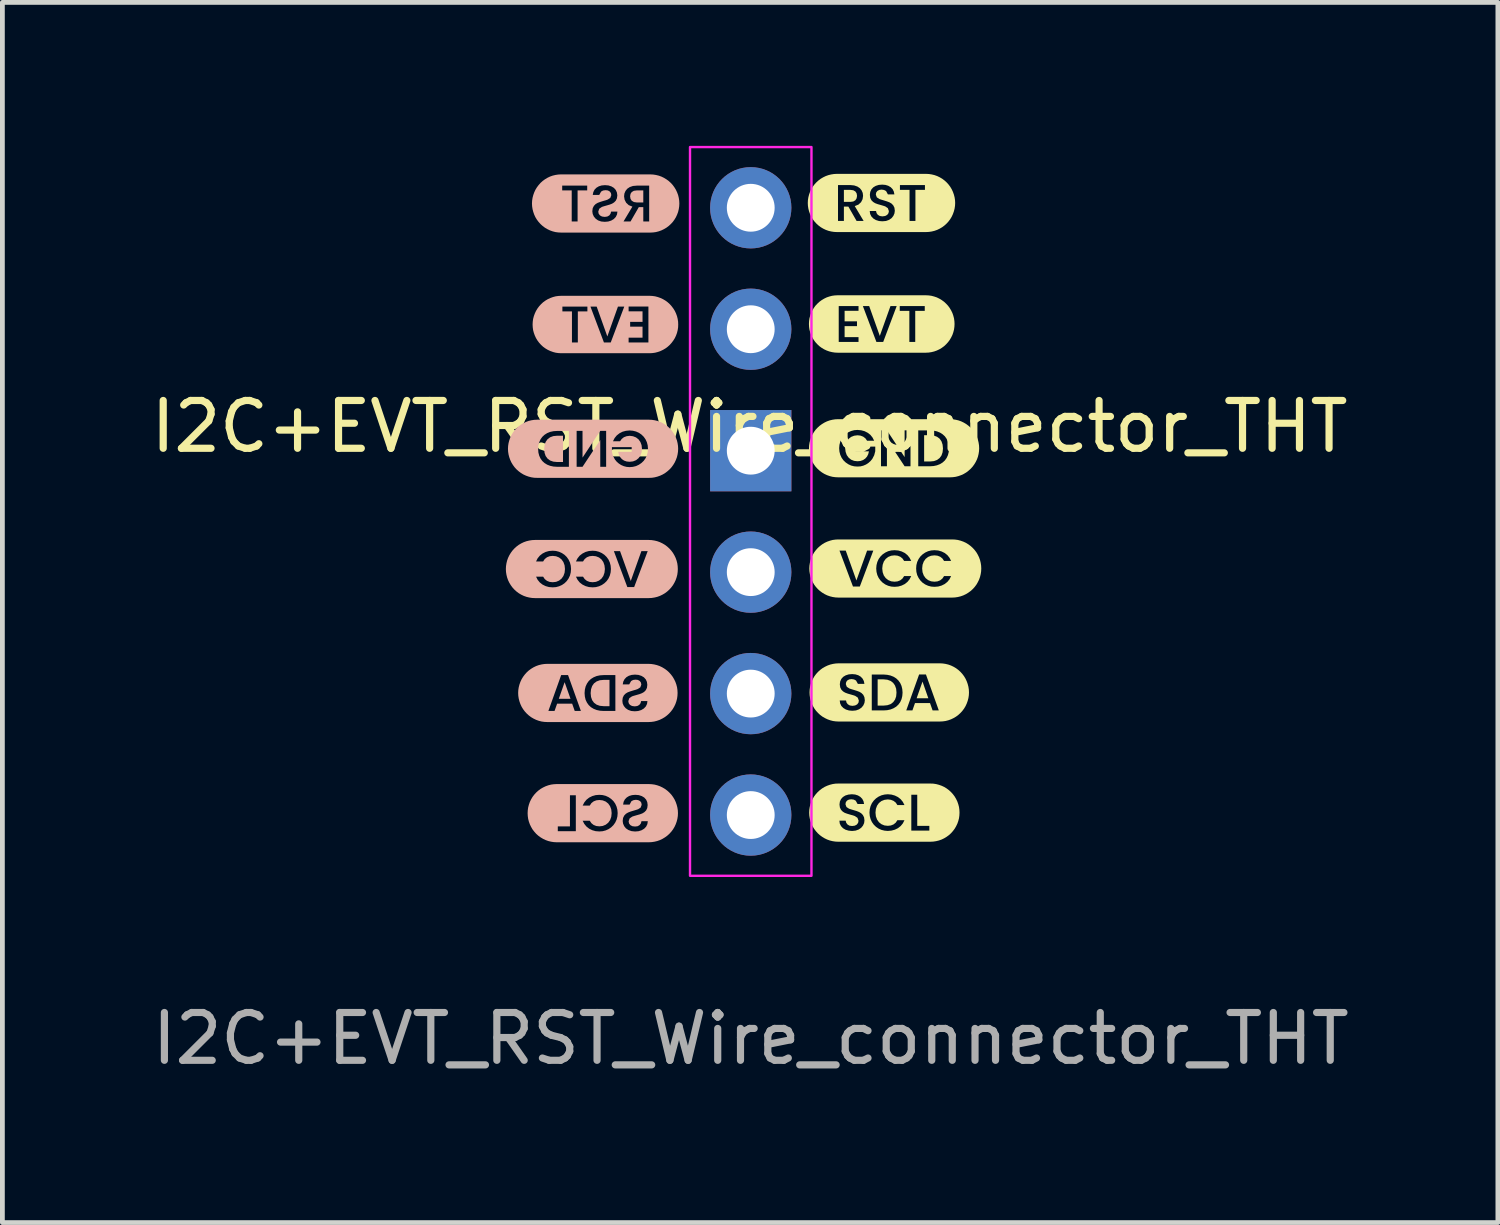
<source format=kicad_pcb>
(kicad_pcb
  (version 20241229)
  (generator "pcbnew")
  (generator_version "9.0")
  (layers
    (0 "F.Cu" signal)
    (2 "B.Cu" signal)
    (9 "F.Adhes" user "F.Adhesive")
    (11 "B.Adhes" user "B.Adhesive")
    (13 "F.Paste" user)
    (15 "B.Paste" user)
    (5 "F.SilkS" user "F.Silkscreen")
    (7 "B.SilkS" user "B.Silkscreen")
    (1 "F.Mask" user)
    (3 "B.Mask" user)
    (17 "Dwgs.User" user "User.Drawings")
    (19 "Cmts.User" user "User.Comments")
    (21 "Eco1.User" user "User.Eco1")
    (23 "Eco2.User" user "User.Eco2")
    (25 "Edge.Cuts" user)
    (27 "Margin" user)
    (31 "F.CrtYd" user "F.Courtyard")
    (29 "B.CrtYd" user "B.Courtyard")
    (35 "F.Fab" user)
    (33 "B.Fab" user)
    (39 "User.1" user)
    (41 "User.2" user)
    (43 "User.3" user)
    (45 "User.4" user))
  (footprint "I2C+EVT_RST_Wire_connector_THT"
    (layer "F.Cu")
    (at 12.625 6.37)
    (property "Reference" "I2C+EVT_RST_Wire_connector_THT" (at 0 -0.5 0) (unlocked yes) (layer "F.SilkS") (effects (font (size 1 1) (thickness 0.15))))
    (attr through_hole exclude_from_pos_files exclude_from_bom)
    (fp_poly (pts (xy 3.739 5.183) (xy 3.617 4.834) (xy 3.494 5.183) (xy 3.739 5.183)) (stroke (width 0) (type solid)) (fill yes) (layer "F.SilkS"))
    (fp_poly (pts (xy 1.973 -5.198) (xy 2.109 -5.198) (xy 2.169 -5.206) (xy 2.213 -5.232) (xy 2.239 -5.273) (xy 2.248 -5.325) (xy 2.239 -5.377) (xy 2.213 -5.416) (xy 2.17 -5.441) (xy 2.109 -5.449) (xy 1.973 -5.449) (xy 1.973 -5.198)) (stroke (width 0) (type solid)) (fill yes) (layer "F.SilkS"))
    (fp_poly (pts (xy 3.073 5.064) (xy 3.066 4.984) (xy 3.042 4.916) (xy 3.003 4.86) (xy 2.95 4.82) (xy 2.882 4.795) (xy 2.801 4.787) (xy 2.679 4.787) (xy 2.679 5.336) (xy 2.801 5.336) (xy 2.882 5.328) (xy 2.95 5.305) (xy 3.003 5.265) (xy 3.042 5.211) (xy 3.066 5.144) (xy 3.073 5.064)) (stroke (width 0) (type solid)) (fill yes) (layer "F.SilkS"))
    (fp_poly (pts (xy 4.045 -0.041) (xy 4.037 -0.122) (xy 4.014 -0.19) (xy 3.975 -0.246) (xy 3.921 -0.286) (xy 3.854 -0.311) (xy 3.773 -0.319) (xy 3.651 -0.319) (xy 3.651 0.231) (xy 3.773 0.231) (xy 3.854 0.223) (xy 3.921 0.199) (xy 3.975 0.159) (xy 4.014 0.105) (xy 4.037 0.038) (xy 4.045 -0.041)) (stroke (width 0) (type solid)) (fill yes) (layer "F.SilkS"))
    (fp_poly (pts (xy 1.865 -3.245) (xy 1.842 -3.245) (xy 1.783 -3.242) (xy 1.725 -3.234) (xy 1.668 -3.219) (xy 1.612 -3.2) (xy 1.559 -3.174) (xy 1.509 -3.144) (xy 1.461 -3.109) (xy 1.418 -3.069) (xy 1.378 -3.026) (xy 1.343 -2.978) (xy 1.313 -2.928) (xy 1.287 -2.874) (xy 1.268 -2.819) (xy 1.253 -2.762) (xy 1.245 -2.704) (xy 1.242 -2.645) (xy 1.245 -2.586) (xy 1.253 -2.528) (xy 1.268 -2.47) (xy 1.287 -2.415) (xy 1.313 -2.362) (xy 1.343 -2.311) (xy 1.378 -2.264) (xy 1.418 -2.22) (xy 1.461 -2.18) (xy 1.509 -2.145) (xy 1.559 -2.115) (xy 1.612 -2.09) (xy 1.668 -2.07) (xy 1.725 -2.056) (xy 1.783 -2.047) (xy 1.842 -2.044) (xy 1.865 -2.044) (xy 2.279 -2.044) (xy 2.279 -2.269) (xy 1.865 -2.269) (xy 1.865 -3.02) (xy 2.279 -3.02) (xy 2.279 -2.92) (xy 1.988 -2.92) (xy 1.988 -2.7) (xy 2.247 -2.7) (xy 2.247 -2.599) (xy 1.988 -2.599) (xy 1.988 -2.369) (xy 2.279 -2.369) (xy 2.279 -2.269) (xy 2.279 -2.044) (xy 2.795 -2.044) (xy 2.795 -2.269) (xy 2.653 -2.269) (xy 2.37 -3.019) (xy 2.502 -3.019) (xy 2.724 -2.395) (xy 2.947 -3.019) (xy 3.077 -3.019) (xy 2.795 -2.269) (xy 2.795 -2.044) (xy 3.465 -2.044) (xy 3.465 -2.269) (xy 3.342 -2.269) (xy 3.342 -2.919) (xy 3.141 -2.919) (xy 3.141 -3.019) (xy 3.664 -3.019) (xy 3.664 -2.919) (xy 3.465 -2.919) (xy 3.465 -2.269) (xy 3.465 -2.044) (xy 3.664 -2.044) (xy 3.687 -2.044) (xy 3.746 -2.047) (xy 3.804 -2.056) (xy 3.861 -2.07) (xy 3.917 -2.09) (xy 3.97 -2.115) (xy 4.02 -2.145) (xy 4.068 -2.18) (xy 4.111 -2.22) (xy 4.151 -2.264) (xy 4.186 -2.311) (xy 4.216 -2.362) (xy 4.242 -2.415) (xy 4.261 -2.47) (xy 4.276 -2.528) (xy 4.284 -2.586) (xy 4.287 -2.645) (xy 4.284 -2.704) (xy 4.276 -2.762) (xy 4.261 -2.819) (xy 4.242 -2.874) (xy 4.216 -2.928) (xy 4.186 -2.978) (xy 4.151 -3.026) (xy 4.111 -3.069) (xy 4.068 -3.109) (xy 4.02 -3.144) (xy 3.97 -3.174) (xy 3.917 -3.2) (xy 3.861 -3.219) (xy 3.804 -3.234) (xy 3.746 -3.242) (xy 3.687 -3.245) (xy 3.664 -3.245) (xy 1.865 -3.245)) (stroke (width 0) (type solid)) (fill yes) (layer "F.SilkS"))
    (fp_poly (pts (xy 1.85 -5.784) (xy 1.827 -5.784) (xy 1.767 -5.781) (xy 1.708 -5.772) (xy 1.65 -5.758) (xy 1.594 -5.738) (xy 1.54 -5.712) (xy 1.489 -5.682) (xy 1.441 -5.646) (xy 1.397 -5.606) (xy 1.357 -5.562) (xy 1.321 -5.514) (xy 1.29 -5.462) (xy 1.265 -5.408) (xy 1.245 -5.352) (xy 1.23 -5.294) (xy 1.221 -5.235) (xy 1.218 -5.175) (xy 1.221 -5.116) (xy 1.23 -5.057) (xy 1.245 -4.999) (xy 1.265 -4.943) (xy 1.29 -4.889) (xy 1.321 -4.837) (xy 1.357 -4.789) (xy 1.397 -4.745) (xy 1.441 -4.705) (xy 1.489 -4.669) (xy 1.54 -4.639) (xy 1.594 -4.613) (xy 1.65 -4.593) (xy 1.708 -4.579) (xy 1.767 -4.57) (xy 1.827 -4.567) (xy 1.85 -4.567) (xy 2.239 -4.567) (xy 2.239 -4.799) (xy 2.067 -5.099) (xy 1.973 -5.099) (xy 1.973 -4.799) (xy 1.85 -4.799) (xy 1.85 -5.55) (xy 2.109 -5.55) (xy 2.188 -5.542) (xy 2.255 -5.519) (xy 2.307 -5.484) (xy 2.344 -5.438) (xy 2.367 -5.385) (xy 2.374 -5.325) (xy 2.364 -5.255) (xy 2.332 -5.192) (xy 2.277 -5.141) (xy 2.2 -5.11) (xy 2.386 -4.799) (xy 2.239 -4.799) (xy 2.239 -4.567) (xy 2.779 -4.567) (xy 2.779 -4.792) (xy 2.707 -4.798) (xy 2.643 -4.818) (xy 2.589 -4.85) (xy 2.548 -4.893) (xy 2.522 -4.946) (xy 2.513 -5.007) (xy 2.645 -5.007) (xy 2.657 -4.962) (xy 2.683 -4.927) (xy 2.724 -4.903) (xy 2.779 -4.895) (xy 2.836 -4.903) (xy 2.878 -4.926) (xy 2.905 -4.961) (xy 2.914 -5.005) (xy 2.892 -5.067) (xy 2.837 -5.104) (xy 2.797 -5.117) (xy 2.746 -5.132) (xy 2.679 -5.151) (xy 2.626 -5.171) (xy 2.584 -5.197) (xy 2.548 -5.233) (xy 2.524 -5.282) (xy 2.516 -5.346) (xy 2.524 -5.406) (xy 2.548 -5.459) (xy 2.587 -5.502) (xy 2.639 -5.533) (xy 2.702 -5.553) (xy 2.774 -5.559) (xy 2.842 -5.553) (xy 2.901 -5.535) (xy 2.952 -5.505) (xy 2.992 -5.464) (xy 3.017 -5.414) (xy 3.029 -5.355) (xy 2.893 -5.355) (xy 2.855 -5.425) (xy 2.813 -5.447) (xy 2.761 -5.455) (xy 2.713 -5.448) (xy 2.674 -5.428) (xy 2.649 -5.395) (xy 2.641 -5.35) (xy 2.662 -5.293) (xy 2.715 -5.258) (xy 2.754 -5.245) (xy 2.804 -5.23) (xy 2.871 -5.209) (xy 2.925 -5.189) (xy 2.969 -5.163) (xy 3.005 -5.126) (xy 3.03 -5.076) (xy 3.038 -5.012) (xy 3.03 -4.956) (xy 3.007 -4.904) (xy 2.97 -4.858) (xy 2.918 -4.822) (xy 2.854 -4.799) (xy 2.779 -4.792) (xy 2.779 -4.567) (xy 3.469 -4.567) (xy 3.469 -4.799) (xy 3.346 -4.799) (xy 3.346 -5.449) (xy 3.145 -5.449) (xy 3.145 -5.55) (xy 3.668 -5.55) (xy 3.668 -5.449) (xy 3.469 -5.449) (xy 3.469 -4.799) (xy 3.469 -4.567) (xy 3.668 -4.567) (xy 3.691 -4.567) (xy 3.751 -4.57) (xy 3.81 -4.579) (xy 3.868 -4.593) (xy 3.924 -4.613) (xy 3.978 -4.639) (xy 4.029 -4.669) (xy 4.077 -4.705) (xy 4.121 -4.745) (xy 4.161 -4.789) (xy 4.197 -4.837) (xy 4.228 -4.889) (xy 4.253 -4.943) (xy 4.273 -4.999) (xy 4.288 -5.057) (xy 4.297 -5.116) (xy 4.3 -5.175) (xy 4.297 -5.235) (xy 4.288 -5.294) (xy 4.273 -5.352) (xy 4.253 -5.408) (xy 4.228 -5.462) (xy 4.197 -5.514) (xy 4.161 -5.562) (xy 4.121 -5.606) (xy 4.077 -5.646) (xy 4.029 -5.682) (xy 3.978 -5.712) (xy 3.924 -5.738) (xy 3.868 -5.758) (xy 3.81 -5.772) (xy 3.751 -5.781) (xy 3.691 -5.784) (xy 3.668 -5.784) (xy 1.85 -5.784)) (stroke (width 0) (type solid)) (fill yes) (layer "F.SilkS"))
    (fp_poly (pts (xy 1.874 -0.654) (xy 1.852 -0.654) (xy 1.792 -0.651) (xy 1.733 -0.642) (xy 1.675 -0.628) (xy 1.619 -0.608) (xy 1.565 -0.582) (xy 1.514 -0.551) (xy 1.466 -0.516) (xy 1.422 -0.476) (xy 1.381 -0.432) (xy 1.346 -0.384) (xy 1.315 -0.332) (xy 1.29 -0.279) (xy 1.27 -0.222) (xy 1.255 -0.164) (xy 1.246 -0.105) (xy 1.243 -0.046) (xy 1.246 0.014) (xy 1.255 0.073) (xy 1.27 0.131) (xy 1.29 0.187) (xy 1.315 0.241) (xy 1.346 0.292) (xy 1.381 0.34) (xy 1.422 0.384) (xy 1.466 0.424) (xy 1.514 0.46) (xy 1.565 0.491) (xy 1.619 0.516) (xy 1.675 0.536) (xy 1.733 0.551) (xy 1.792 0.559) (xy 1.852 0.562) (xy 1.874 0.562) (xy 2.257 0.562) (xy 2.257 0.337) (xy 2.189 0.332) (xy 2.124 0.316) (xy 2.064 0.288) (xy 2.01 0.251) (xy 1.963 0.206) (xy 1.925 0.152) (xy 1.897 0.091) (xy 1.88 0.025) (xy 1.874 -0.046) (xy 1.88 -0.117) (xy 1.897 -0.183) (xy 1.925 -0.243) (xy 1.964 -0.297) (xy 2.01 -0.343) (xy 2.065 -0.38) (xy 2.125 -0.407) (xy 2.189 -0.424) (xy 2.257 -0.429) (xy 2.334 -0.422) (xy 2.405 -0.403) (xy 2.47 -0.37) (xy 2.527 -0.326) (xy 2.572 -0.27) (xy 2.606 -0.203) (xy 2.458 -0.203) (xy 2.423 -0.253) (xy 2.377 -0.288) (xy 2.321 -0.31) (xy 2.257 -0.317) (xy 2.187 -0.308) (xy 2.124 -0.283) (xy 2.073 -0.243) (xy 2.033 -0.188) (xy 2.009 -0.122) (xy 2 -0.046) (xy 2.009 0.03) (xy 2.033 0.097) (xy 2.073 0.152) (xy 2.124 0.193) (xy 2.187 0.218) (xy 2.257 0.226) (xy 2.32 0.22) (xy 2.374 0.201) (xy 2.42 0.17) (xy 2.457 0.128) (xy 2.482 0.078) (xy 2.497 0.018) (xy 2.215 0.018) (xy 2.215 -0.08) (xy 2.629 -0.08) (xy 2.629 0.016) (xy 2.607 0.1) (xy 2.567 0.177) (xy 2.53 0.222) (xy 2.486 0.261) (xy 2.436 0.294) (xy 2.38 0.318) (xy 2.321 0.333) (xy 2.257 0.337) (xy 2.257 0.562) (xy 3.366 0.562) (xy 3.366 0.331) (xy 3.243 0.331) (xy 2.873 -0.229) (xy 2.873 0.331) (xy 2.749 0.331) (xy 2.749 -0.42) (xy 2.873 -0.42) (xy 3.243 0.139) (xy 3.243 -0.42) (xy 3.366 -0.42) (xy 3.366 0.331) (xy 3.366 0.562) (xy 3.773 0.562) (xy 3.773 0.331) (xy 3.528 0.331) (xy 3.528 -0.419) (xy 3.773 -0.419) (xy 3.849 -0.414) (xy 3.919 -0.399) (xy 3.983 -0.373) (xy 4.038 -0.338) (xy 4.085 -0.295) (xy 4.122 -0.242) (xy 4.149 -0.181) (xy 4.166 -0.115) (xy 4.171 -0.041) (xy 4.166 0.031) (xy 4.149 0.098) (xy 4.122 0.157) (xy 4.085 0.209) (xy 4.038 0.252) (xy 3.983 0.286) (xy 3.919 0.311) (xy 3.849 0.326) (xy 3.773 0.331) (xy 3.773 0.562) (xy 4.171 0.562) (xy 4.194 0.562) (xy 4.253 0.559) (xy 4.312 0.551) (xy 4.37 0.536) (xy 4.426 0.516) (xy 4.48 0.491) (xy 4.532 0.46) (xy 4.579 0.424) (xy 4.624 0.384) (xy 4.664 0.34) (xy 4.699 0.292) (xy 4.73 0.241) (xy 4.756 0.187) (xy 4.776 0.131) (xy 4.79 0.073) (xy 4.799 0.014) (xy 4.802 -0.046) (xy 4.799 -0.105) (xy 4.79 -0.164) (xy 4.776 -0.222) (xy 4.756 -0.279) (xy 4.73 -0.332) (xy 4.699 -0.384) (xy 4.664 -0.432) (xy 4.624 -0.476) (xy 4.579 -0.516) (xy 4.532 -0.551) (xy 4.48 -0.582) (xy 4.426 -0.608) (xy 4.37 -0.628) (xy 4.312 -0.642) (xy 4.253 -0.651) (xy 4.194 -0.654) (xy 4.171 -0.654) (xy 1.874 -0.654)) (stroke (width 0) (type solid)) (fill yes) (layer "F.SilkS"))
    (fp_poly (pts (xy 1.886 4.452) (xy 1.863 4.452) (xy 1.804 4.455) (xy 1.745 4.464) (xy 1.687 4.478) (xy 1.631 4.498) (xy 1.577 4.524) (xy 1.525 4.554) (xy 1.477 4.59) (xy 1.433 4.63) (xy 1.393 4.674) (xy 1.357 4.722) (xy 1.327 4.774) (xy 1.301 4.828) (xy 1.281 4.884) (xy 1.266 4.942) (xy 1.258 5.001) (xy 1.255 5.061) (xy 1.258 5.12) (xy 1.266 5.179) (xy 1.281 5.237) (xy 1.301 5.293) (xy 1.327 5.347) (xy 1.357 5.399) (xy 1.393 5.447) (xy 1.433 5.491) (xy 1.477 5.531) (xy 1.525 5.567) (xy 1.577 5.597) (xy 1.631 5.623) (xy 1.687 5.643) (xy 1.745 5.658) (xy 1.804 5.666) (xy 1.863 5.669) (xy 1.886 5.669) (xy 2.152 5.669) (xy 2.152 5.444) (xy 2.08 5.438) (xy 2.015 5.418) (xy 1.962 5.386) (xy 1.92 5.343) (xy 1.895 5.29) (xy 1.886 5.229) (xy 2.018 5.229) (xy 2.029 5.274) (xy 2.056 5.309) (xy 2.097 5.333) (xy 2.152 5.341) (xy 2.208 5.333) (xy 2.251 5.31) (xy 2.278 5.275) (xy 2.286 5.231) (xy 2.264 5.169) (xy 2.209 5.132) (xy 2.17 5.119) (xy 2.118 5.104) (xy 2.052 5.085) (xy 1.999 5.065) (xy 1.956 5.039) (xy 1.92 5.003) (xy 1.896 4.954) (xy 1.888 4.891) (xy 1.896 4.83) (xy 1.92 4.777) (xy 1.959 4.734) (xy 2.011 4.703) (xy 2.074 4.683) (xy 2.146 4.677) (xy 2.214 4.683) (xy 2.274 4.701) (xy 2.325 4.731) (xy 2.364 4.772) (xy 2.39 4.822) (xy 2.402 4.881) (xy 2.266 4.881) (xy 2.227 4.811) (xy 2.186 4.789) (xy 2.133 4.781) (xy 2.085 4.788) (xy 2.047 4.808) (xy 2.022 4.841) (xy 2.013 4.886) (xy 2.034 4.943) (xy 2.088 4.978) (xy 2.126 4.991) (xy 2.176 5.006) (xy 2.244 5.027) (xy 2.298 5.047) (xy 2.341 5.073) (xy 2.378 5.11) (xy 2.402 5.16) (xy 2.411 5.224) (xy 2.403 5.28) (xy 2.38 5.332) (xy 2.342 5.378) (xy 2.29 5.414) (xy 2.226 5.437) (xy 2.152 5.444) (xy 2.152 5.669) (xy 2.801 5.669) (xy 2.801 5.437) (xy 2.556 5.437) (xy 2.556 4.686) (xy 2.801 4.686) (xy 2.878 4.692) (xy 2.948 4.707) (xy 3.011 4.732) (xy 3.067 4.767) (xy 3.113 4.811) (xy 3.151 4.864) (xy 3.178 4.924) (xy 3.194 4.991) (xy 3.2 5.064) (xy 3.194 5.137) (xy 3.178 5.203) (xy 3.151 5.263) (xy 3.113 5.315) (xy 3.067 5.358) (xy 3.011 5.392) (xy 2.948 5.417) (xy 2.878 5.432) (xy 2.801 5.437) (xy 2.801 5.669) (xy 3.406 5.669) (xy 3.406 5.437) (xy 3.277 5.437) (xy 3.546 4.685) (xy 3.689 4.685) (xy 3.958 5.437) (xy 3.828 5.437) (xy 3.774 5.283) (xy 3.46 5.283) (xy 3.406 5.437) (xy 3.406 5.669) (xy 3.958 5.669) (xy 3.98 5.669) (xy 4.04 5.666) (xy 4.099 5.658) (xy 4.157 5.643) (xy 4.213 5.623) (xy 4.267 5.597) (xy 4.318 5.567) (xy 4.366 5.531) (xy 4.41 5.491) (xy 4.45 5.447) (xy 4.486 5.399) (xy 4.517 5.347) (xy 4.542 5.293) (xy 4.562 5.237) (xy 4.577 5.179) (xy 4.586 5.12) (xy 4.589 5.061) (xy 4.586 5.001) (xy 4.577 4.942) (xy 4.562 4.884) (xy 4.542 4.828) (xy 4.517 4.774) (xy 4.486 4.722) (xy 4.45 4.674) (xy 4.41 4.63) (xy 4.366 4.59) (xy 4.318 4.554) (xy 4.267 4.524) (xy 4.213 4.498) (xy 4.157 4.478) (xy 4.099 4.464) (xy 4.04 4.455) (xy 3.98 4.452) (xy 3.958 4.452) (xy 1.886 4.452)) (stroke (width 0) (type solid)) (fill yes) (layer "F.SilkS"))
    (fp_poly (pts (xy 1.881 1.861) (xy 1.858 1.861) (xy 1.798 1.864) (xy 1.739 1.872) (xy 1.682 1.887) (xy 1.625 1.907) (xy 1.571 1.932) (xy 1.52 1.963) (xy 1.472 1.999) (xy 1.428 2.039) (xy 1.388 2.083) (xy 1.352 2.131) (xy 1.322 2.182) (xy 1.296 2.236) (xy 1.276 2.292) (xy 1.262 2.35) (xy 1.253 2.409) (xy 1.25 2.469) (xy 1.253 2.528) (xy 1.262 2.587) (xy 1.276 2.645) (xy 1.296 2.702) (xy 1.322 2.755) (xy 1.352 2.807) (xy 1.388 2.855) (xy 1.428 2.899) (xy 1.472 2.939) (xy 1.52 2.974) (xy 1.571 3.005) (xy 1.625 3.031) (xy 1.682 3.051) (xy 1.739 3.065) (xy 1.798 3.074) (xy 1.858 3.077) (xy 1.881 3.077) (xy 2.306 3.077) (xy 2.306 2.846) (xy 2.163 2.846) (xy 1.881 2.095) (xy 2.012 2.095) (xy 2.235 2.719) (xy 2.458 2.095) (xy 2.588 2.095) (xy 2.306 2.846) (xy 2.306 3.077) (xy 3.032 3.077) (xy 3.032 2.852) (xy 2.964 2.847) (xy 2.899 2.83) (xy 2.839 2.803) (xy 2.785 2.766) (xy 2.739 2.72) (xy 2.7 2.666) (xy 2.672 2.606) (xy 2.655 2.54) (xy 2.649 2.469) (xy 2.655 2.398) (xy 2.672 2.332) (xy 2.7 2.271) (xy 2.739 2.217) (xy 2.785 2.172) (xy 2.84 2.135) (xy 2.9 2.107) (xy 2.964 2.091) (xy 3.032 2.086) (xy 3.109 2.092) (xy 3.18 2.112) (xy 3.246 2.144) (xy 3.302 2.189) (xy 3.347 2.245) (xy 3.381 2.311) (xy 3.233 2.311) (xy 3.198 2.259) (xy 3.152 2.223) (xy 3.096 2.201) (xy 3.032 2.194) (xy 2.962 2.202) (xy 2.9 2.227) (xy 2.848 2.268) (xy 2.808 2.323) (xy 2.784 2.391) (xy 2.775 2.469) (xy 2.784 2.547) (xy 2.808 2.615) (xy 2.848 2.67) (xy 2.9 2.711) (xy 2.962 2.737) (xy 3.032 2.745) (xy 3.096 2.738) (xy 3.152 2.716) (xy 3.198 2.679) (xy 3.233 2.627) (xy 3.381 2.627) (xy 3.347 2.694) (xy 3.302 2.749) (xy 3.246 2.794) (xy 3.18 2.826) (xy 3.109 2.846) (xy 3.032 2.852) (xy 3.032 3.077) (xy 3.867 3.077) (xy 3.867 2.852) (xy 3.798 2.847) (xy 3.734 2.83) (xy 3.674 2.803) (xy 3.619 2.766) (xy 3.573 2.72) (xy 3.535 2.666) (xy 3.506 2.606) (xy 3.489 2.54) (xy 3.484 2.469) (xy 3.489 2.398) (xy 3.506 2.332) (xy 3.535 2.271) (xy 3.573 2.217) (xy 3.62 2.172) (xy 3.674 2.135) (xy 3.735 2.107) (xy 3.799 2.091) (xy 3.867 2.086) (xy 3.944 2.092) (xy 4.015 2.112) (xy 4.08 2.144) (xy 4.137 2.189) (xy 4.182 2.245) (xy 4.215 2.311) (xy 4.068 2.311) (xy 4.033 2.259) (xy 3.987 2.223) (xy 3.931 2.201) (xy 3.867 2.194) (xy 3.796 2.202) (xy 3.734 2.227) (xy 3.682 2.268) (xy 3.643 2.323) (xy 3.618 2.391) (xy 3.61 2.469) (xy 3.618 2.547) (xy 3.643 2.615) (xy 3.682 2.67) (xy 3.734 2.711) (xy 3.796 2.737) (xy 3.867 2.745) (xy 3.931 2.738) (xy 3.987 2.716) (xy 4.033 2.679) (xy 4.068 2.627) (xy 4.215 2.627) (xy 4.182 2.694) (xy 4.137 2.749) (xy 4.08 2.794) (xy 4.015 2.826) (xy 3.944 2.846) (xy 3.867 2.852) (xy 3.867 3.077) (xy 4.215 3.077) (xy 4.238 3.077) (xy 4.298 3.074) (xy 4.357 3.065) (xy 4.414 3.051) (xy 4.471 3.031) (xy 4.525 3.005) (xy 4.576 2.974) (xy 4.624 2.939) (xy 4.668 2.899) (xy 4.708 2.855) (xy 4.744 2.807) (xy 4.774 2.755) (xy 4.8 2.702) (xy 4.82 2.645) (xy 4.834 2.587) (xy 4.843 2.528) (xy 4.846 2.469) (xy 4.843 2.409) (xy 4.834 2.35) (xy 4.82 2.292) (xy 4.8 2.236) (xy 4.774 2.182) (xy 4.744 2.131) (xy 4.708 2.083) (xy 4.668 2.039) (xy 4.624 1.999) (xy 4.576 1.963) (xy 4.525 1.932) (xy 4.471 1.907) (xy 4.414 1.887) (xy 4.357 1.872) (xy 4.298 1.864) (xy 4.238 1.861) (xy 4.215 1.861) (xy 1.881 1.861)) (stroke (width 0) (type solid)) (fill yes) (layer "F.SilkS"))
    (fp_poly (pts (xy 1.879 6.966) (xy 1.856 6.966) (xy 1.796 6.968) (xy 1.737 6.977) (xy 1.679 6.992) (xy 1.623 7.012) (xy 1.569 7.037) (xy 1.518 7.068) (xy 1.47 7.104) (xy 1.426 7.144) (xy 1.386 7.188) (xy 1.35 7.236) (xy 1.319 7.287) (xy 1.294 7.341) (xy 1.274 7.398) (xy 1.259 7.455) (xy 1.25 7.515) (xy 1.247 7.574) (xy 1.25 7.634) (xy 1.259 7.693) (xy 1.274 7.751) (xy 1.294 7.807) (xy 1.319 7.861) (xy 1.35 7.912) (xy 1.386 7.96) (xy 1.426 8.005) (xy 1.47 8.045) (xy 1.518 8.08) (xy 1.569 8.111) (xy 1.623 8.137) (xy 1.679 8.157) (xy 1.737 8.171) (xy 1.796 8.18) (xy 1.856 8.183) (xy 1.879 8.183) (xy 2.144 8.183) (xy 2.144 7.958) (xy 2.072 7.951) (xy 2.008 7.932) (xy 1.954 7.9) (xy 1.913 7.856) (xy 1.887 7.804) (xy 1.879 7.743) (xy 2.01 7.743) (xy 2.022 7.787) (xy 2.049 7.823) (xy 2.09 7.847) (xy 2.144 7.854) (xy 2.201 7.847) (xy 2.243 7.824) (xy 2.27 7.788) (xy 2.279 7.744) (xy 2.257 7.683) (xy 2.202 7.646) (xy 2.163 7.632) (xy 2.111 7.618) (xy 2.044 7.598) (xy 1.991 7.579) (xy 1.949 7.553) (xy 1.913 7.516) (xy 1.889 7.467) (xy 1.881 7.404) (xy 1.889 7.343) (xy 1.913 7.291) (xy 1.952 7.248) (xy 2.004 7.216) (xy 2.067 7.197) (xy 2.139 7.19) (xy 2.207 7.196) (xy 2.267 7.215) (xy 2.317 7.245) (xy 2.357 7.286) (xy 2.383 7.336) (xy 2.395 7.394) (xy 2.259 7.394) (xy 2.22 7.324) (xy 2.178 7.302) (xy 2.126 7.295) (xy 2.078 7.302) (xy 2.039 7.322) (xy 2.014 7.355) (xy 2.006 7.4) (xy 2.027 7.457) (xy 2.08 7.492) (xy 2.119 7.505) (xy 2.169 7.52) (xy 2.237 7.54) (xy 2.29 7.561) (xy 2.334 7.587) (xy 2.37 7.624) (xy 2.395 7.674) (xy 2.403 7.738) (xy 2.396 7.793) (xy 2.372 7.846) (xy 2.335 7.891) (xy 2.283 7.927) (xy 2.219 7.95) (xy 2.144 7.958) (xy 2.144 8.183) (xy 2.891 8.183) (xy 2.891 7.957) (xy 2.823 7.951) (xy 2.758 7.935) (xy 2.698 7.908) (xy 2.644 7.871) (xy 2.597 7.825) (xy 2.559 7.771) (xy 2.531 7.71) (xy 2.514 7.645) (xy 2.508 7.574) (xy 2.514 7.503) (xy 2.531 7.437) (xy 2.559 7.376) (xy 2.598 7.322) (xy 2.644 7.277) (xy 2.698 7.24) (xy 2.759 7.212) (xy 2.823 7.196) (xy 2.891 7.19) (xy 2.968 7.197) (xy 3.039 7.217) (xy 3.104 7.249) (xy 3.161 7.294) (xy 3.206 7.35) (xy 3.24 7.416) (xy 3.092 7.416) (xy 3.057 7.364) (xy 3.011 7.328) (xy 2.955 7.306) (xy 2.891 7.298) (xy 2.821 7.307) (xy 2.758 7.332) (xy 2.706 7.373) (xy 2.667 7.428) (xy 2.642 7.496) (xy 2.634 7.574) (xy 2.642 7.652) (xy 2.667 7.719) (xy 2.706 7.775) (xy 2.758 7.816) (xy 2.821 7.842) (xy 2.891 7.85) (xy 2.955 7.843) (xy 3.011 7.821) (xy 3.057 7.784) (xy 3.092 7.732) (xy 3.24 7.732) (xy 3.206 7.799) (xy 3.161 7.854) (xy 3.104 7.899) (xy 3.039 7.931) (xy 2.968 7.95) (xy 2.891 7.957) (xy 2.891 8.183) (xy 3.76 8.183) (xy 3.76 7.95) (xy 3.383 7.95) (xy 3.383 7.2) (xy 3.507 7.2) (xy 3.507 7.851) (xy 3.76 7.851) (xy 3.76 7.95) (xy 3.76 8.183) (xy 3.783 8.183) (xy 3.842 8.18) (xy 3.901 8.171) (xy 3.959 8.157) (xy 4.016 8.137) (xy 4.07 8.111) (xy 4.121 8.08) (xy 4.169 8.045) (xy 4.213 8.005) (xy 4.253 7.96) (xy 4.289 7.912) (xy 4.319 7.861) (xy 4.345 7.807) (xy 4.365 7.751) (xy 4.38 7.693) (xy 4.388 7.634) (xy 4.391 7.574) (xy 4.388 7.515) (xy 4.38 7.455) (xy 4.365 7.398) (xy 4.345 7.341) (xy 4.319 7.287) (xy 4.289 7.236) (xy 4.253 7.188) (xy 4.213 7.144) (xy 4.169 7.104) (xy 4.121 7.068) (xy 4.07 7.037) (xy 4.016 7.012) (xy 3.959 6.992) (xy 3.901 6.977) (xy 3.842 6.968) (xy 3.783 6.966) (xy 3.76 6.966) (xy 1.879 6.966)) (stroke (width 0) (type solid)) (fill yes) (layer "F.SilkS"))
    (fp_poly (pts (xy -3.989 5.194) (xy -3.867 4.846) (xy -3.744 5.194) (xy -3.989 5.194)) (stroke (width 0) (type solid)) (fill yes) (layer "B.SilkS"))
    (fp_poly (pts (xy -2.222 -5.186) (xy -2.358 -5.186) (xy -2.419 -5.195) (xy -2.463 -5.221) (xy -2.489 -5.261) (xy -2.498 -5.314) (xy -2.489 -5.366) (xy -2.463 -5.405) (xy -2.42 -5.43) (xy -2.358 -5.438) (xy -2.222 -5.438) (xy -2.222 -5.186)) (stroke (width 0) (type solid)) (fill yes) (layer "B.SilkS"))
    (fp_poly (pts (xy -4.295 -0.03) (xy -4.287 -0.111) (xy -4.264 -0.179) (xy -4.225 -0.234) (xy -4.171 -0.275) (xy -4.104 -0.3) (xy -4.023 -0.308) (xy -3.901 -0.308) (xy -3.901 0.242) (xy -4.023 0.242) (xy -4.104 0.234) (xy -4.171 0.21) (xy -4.225 0.17) (xy -4.264 0.116) (xy -4.287 0.05) (xy -4.295 -0.03)) (stroke (width 0) (type solid)) (fill yes) (layer "B.SilkS"))
    (fp_poly (pts (xy -3.323 5.075) (xy -3.315 4.995) (xy -3.292 4.927) (xy -3.253 4.871) (xy -3.199 4.831) (xy -3.132 4.806) (xy -3.051 4.798) (xy -2.929 4.798) (xy -2.929 5.348) (xy -3.051 5.348) (xy -3.132 5.34) (xy -3.199 5.316) (xy -3.253 5.276) (xy -3.292 5.222) (xy -3.315 5.155) (xy -3.323 5.075)) (stroke (width 0) (type solid)) (fill yes) (layer "B.SilkS"))
    (fp_poly (pts (xy -2.115 -3.234) (xy -2.092 -3.234) (xy -2.033 -3.231) (xy -1.975 -3.223) (xy -1.918 -3.208) (xy -1.862 -3.188) (xy -1.809 -3.163) (xy -1.758 -3.133) (xy -1.711 -3.098) (xy -1.667 -3.058) (xy -1.628 -3.014) (xy -1.593 -2.967) (xy -1.562 -2.917) (xy -1.537 -2.863) (xy -1.517 -2.808) (xy -1.503 -2.751) (xy -1.494 -2.692) (xy -1.492 -2.634) (xy -1.494 -2.575) (xy -1.503 -2.516) (xy -1.517 -2.459) (xy -1.537 -2.404) (xy -1.562 -2.35) (xy -1.593 -2.3) (xy -1.628 -2.253) (xy -1.667 -2.209) (xy -1.711 -2.169) (xy -1.758 -2.134) (xy -1.809 -2.104) (xy -1.862 -2.079) (xy -1.918 -2.059) (xy -1.975 -2.044) (xy -2.033 -2.036) (xy -2.092 -2.033) (xy -2.115 -2.033) (xy -2.529 -2.033) (xy -2.529 -2.258) (xy -2.115 -2.258) (xy -2.115 -3.009) (xy -2.529 -3.009) (xy -2.529 -2.909) (xy -2.238 -2.909) (xy -2.238 -2.689) (xy -2.497 -2.689) (xy -2.497 -2.588) (xy -2.238 -2.588) (xy -2.238 -2.358) (xy -2.529 -2.358) (xy -2.529 -2.258) (xy -2.529 -2.033) (xy -3.045 -2.033) (xy -3.045 -2.258) (xy -2.903 -2.258) (xy -2.62 -3.008) (xy -2.752 -3.008) (xy -2.974 -2.384) (xy -3.197 -3.008) (xy -3.327 -3.008) (xy -3.045 -2.258) (xy -3.045 -2.033) (xy -3.714 -2.033) (xy -3.714 -2.258) (xy -3.591 -2.258) (xy -3.591 -2.908) (xy -3.391 -2.908) (xy -3.391 -3.008) (xy -3.914 -3.008) (xy -3.914 -2.908) (xy -3.714 -2.908) (xy -3.714 -2.258) (xy -3.714 -2.033) (xy -3.914 -2.033) (xy -3.937 -2.033) (xy -3.996 -2.036) (xy -4.054 -2.044) (xy -4.111 -2.059) (xy -4.166 -2.079) (xy -4.22 -2.104) (xy -4.27 -2.134) (xy -4.318 -2.169) (xy -4.361 -2.209) (xy -4.401 -2.253) (xy -4.436 -2.3) (xy -4.466 -2.35) (xy -4.491 -2.404) (xy -4.511 -2.459) (xy -4.526 -2.516) (xy -4.534 -2.575) (xy -4.537 -2.634) (xy -4.534 -2.692) (xy -4.526 -2.751) (xy -4.511 -2.808) (xy -4.491 -2.863) (xy -4.466 -2.917) (xy -4.436 -2.967) (xy -4.401 -3.014) (xy -4.361 -3.058) (xy -4.318 -3.098) (xy -4.27 -3.133) (xy -4.22 -3.163) (xy -4.166 -3.188) (xy -4.111 -3.208) (xy -4.054 -3.223) (xy -3.996 -3.231) (xy -3.937 -3.234) (xy -3.914 -3.234) (xy -2.115 -3.234)) (stroke (width 0) (type solid)) (fill yes) (layer "B.SilkS"))
    (fp_poly (pts (xy -2.099 -5.773) (xy -2.077 -5.773) (xy -2.017 -5.77) (xy -1.958 -5.761) (xy -1.9 -5.747) (xy -1.844 -5.727) (xy -1.79 -5.701) (xy -1.739 -5.67) (xy -1.691 -5.635) (xy -1.647 -5.595) (xy -1.606 -5.55) (xy -1.571 -5.502) (xy -1.54 -5.451) (xy -1.515 -5.397) (xy -1.494 -5.341) (xy -1.48 -5.283) (xy -1.471 -5.224) (xy -1.468 -5.164) (xy -1.471 -5.105) (xy -1.48 -5.046) (xy -1.494 -4.988) (xy -1.515 -4.931) (xy -1.54 -4.877) (xy -1.571 -4.826) (xy -1.606 -4.778) (xy -1.647 -4.734) (xy -1.691 -4.694) (xy -1.739 -4.658) (xy -1.79 -4.628) (xy -1.844 -4.602) (xy -1.9 -4.582) (xy -1.958 -4.567) (xy -2.017 -4.559) (xy -2.077 -4.556) (xy -2.099 -4.556) (xy -2.489 -4.556) (xy -2.489 -4.788) (xy -2.316 -5.088) (xy -2.222 -5.088) (xy -2.222 -4.788) (xy -2.099 -4.788) (xy -2.099 -5.538) (xy -2.358 -5.538) (xy -2.438 -5.531) (xy -2.505 -5.508) (xy -2.557 -5.473) (xy -2.594 -5.427) (xy -2.617 -5.373) (xy -2.624 -5.314) (xy -2.613 -5.244) (xy -2.581 -5.181) (xy -2.527 -5.13) (xy -2.45 -5.099) (xy -2.636 -4.788) (xy -2.489 -4.788) (xy -2.489 -4.556) (xy -3.029 -4.556) (xy -3.029 -4.781) (xy -2.957 -4.787) (xy -2.893 -4.807) (xy -2.839 -4.839) (xy -2.798 -4.882) (xy -2.772 -4.935) (xy -2.763 -4.995) (xy -2.895 -4.995) (xy -2.907 -4.951) (xy -2.933 -4.915) (xy -2.974 -4.892) (xy -3.029 -4.884) (xy -3.086 -4.892) (xy -3.128 -4.915) (xy -3.155 -4.95) (xy -3.164 -4.994) (xy -3.142 -5.056) (xy -3.087 -5.093) (xy -3.047 -5.106) (xy -2.995 -5.121) (xy -2.929 -5.14) (xy -2.876 -5.16) (xy -2.834 -5.186) (xy -2.798 -5.222) (xy -2.774 -5.271) (xy -2.765 -5.334) (xy -2.774 -5.395) (xy -2.798 -5.448) (xy -2.837 -5.491) (xy -2.889 -5.522) (xy -2.951 -5.542) (xy -3.023 -5.548) (xy -3.092 -5.542) (xy -3.151 -5.524) (xy -3.202 -5.494) (xy -3.242 -5.453) (xy -3.267 -5.403) (xy -3.279 -5.344) (xy -3.143 -5.344) (xy -3.104 -5.414) (xy -3.063 -5.436) (xy -3.011 -5.443) (xy -2.962 -5.437) (xy -2.924 -5.416) (xy -2.899 -5.383) (xy -2.891 -5.339) (xy -2.912 -5.282) (xy -2.965 -5.247) (xy -3.003 -5.233) (xy -3.054 -5.219) (xy -3.121 -5.198) (xy -3.175 -5.178) (xy -3.219 -5.152) (xy -3.255 -5.115) (xy -3.28 -5.065) (xy -3.288 -5.001) (xy -3.28 -4.945) (xy -3.257 -4.893) (xy -3.219 -4.847) (xy -3.168 -4.811) (xy -3.103 -4.788) (xy -3.029 -4.781) (xy -3.029 -4.556) (xy -3.719 -4.556) (xy -3.719 -4.788) (xy -3.596 -4.788) (xy -3.596 -5.438) (xy -3.395 -5.438) (xy -3.395 -5.538) (xy -3.918 -5.538) (xy -3.918 -5.438) (xy -3.719 -5.438) (xy -3.719 -4.788) (xy -3.719 -4.556) (xy -3.918 -4.556) (xy -3.941 -4.556) (xy -4.001 -4.559) (xy -4.06 -4.567) (xy -4.118 -4.582) (xy -4.174 -4.602) (xy -4.228 -4.628) (xy -4.279 -4.658) (xy -4.327 -4.694) (xy -4.371 -4.734) (xy -4.411 -4.778) (xy -4.447 -4.826) (xy -4.478 -4.877) (xy -4.503 -4.931) (xy -4.523 -4.988) (xy -4.538 -5.046) (xy -4.547 -5.105) (xy -4.55 -5.164) (xy -4.547 -5.224) (xy -4.538 -5.283) (xy -4.523 -5.341) (xy -4.503 -5.397) (xy -4.478 -5.451) (xy -4.447 -5.502) (xy -4.411 -5.55) (xy -4.371 -5.595) (xy -4.327 -5.635) (xy -4.279 -5.67) (xy -4.228 -5.701) (xy -4.174 -5.727) (xy -4.118 -5.747) (xy -4.06 -5.761) (xy -4.001 -5.77) (xy -3.941 -5.773) (xy -3.918 -5.773) (xy -2.099 -5.773)) (stroke (width 0) (type solid)) (fill yes) (layer "B.SilkS"))
    (fp_poly (pts (xy -2.136 4.463) (xy -2.113 4.463) (xy -2.054 4.466) (xy -1.995 4.475) (xy -1.937 4.489) (xy -1.88 4.509) (xy -1.826 4.535) (xy -1.775 4.566) (xy -1.727 4.601) (xy -1.683 4.641) (xy -1.643 4.686) (xy -1.607 4.734) (xy -1.577 4.785) (xy -1.551 4.839) (xy -1.531 4.895) (xy -1.516 4.953) (xy -1.508 5.012) (xy -1.505 5.072) (xy -1.508 5.131) (xy -1.516 5.19) (xy -1.531 5.248) (xy -1.551 5.305) (xy -1.577 5.359) (xy -1.607 5.41) (xy -1.643 5.458) (xy -1.683 5.502) (xy -1.727 5.542) (xy -1.775 5.578) (xy -1.826 5.608) (xy -1.88 5.634) (xy -1.937 5.654) (xy -1.995 5.669) (xy -2.054 5.677) (xy -2.113 5.68) (xy -2.136 5.68) (xy -2.401 5.68) (xy -2.401 5.455) (xy -2.33 5.449) (xy -2.265 5.429) (xy -2.211 5.397) (xy -2.17 5.354) (xy -2.144 5.301) (xy -2.136 5.241) (xy -2.268 5.241) (xy -2.279 5.285) (xy -2.306 5.321) (xy -2.347 5.344) (xy -2.401 5.352) (xy -2.458 5.344) (xy -2.501 5.321) (xy -2.527 5.286) (xy -2.536 5.242) (xy -2.514 5.18) (xy -2.459 5.143) (xy -2.42 5.13) (xy -2.368 5.115) (xy -2.301 5.096) (xy -2.249 5.076) (xy -2.206 5.051) (xy -2.17 5.014) (xy -2.146 4.965) (xy -2.138 4.902) (xy -2.146 4.841) (xy -2.17 4.788) (xy -2.209 4.745) (xy -2.261 4.714) (xy -2.324 4.694) (xy -2.396 4.688) (xy -2.464 4.694) (xy -2.524 4.712) (xy -2.575 4.742) (xy -2.614 4.783) (xy -2.64 4.833) (xy -2.652 4.892) (xy -2.516 4.892) (xy -2.477 4.822) (xy -2.436 4.8) (xy -2.383 4.793) (xy -2.335 4.799) (xy -2.297 4.82) (xy -2.272 4.853) (xy -2.263 4.897) (xy -2.284 4.954) (xy -2.338 4.989) (xy -2.376 5.003) (xy -2.426 5.017) (xy -2.494 5.038) (xy -2.548 5.058) (xy -2.591 5.084) (xy -2.628 5.121) (xy -2.652 5.171) (xy -2.66 5.235) (xy -2.653 5.291) (xy -2.63 5.343) (xy -2.592 5.389) (xy -2.54 5.425) (xy -2.476 5.448) (xy -2.401 5.455) (xy -2.401 5.68) (xy -3.051 5.68) (xy -3.051 5.448) (xy -2.806 5.448) (xy -2.806 4.698) (xy -3.051 4.698) (xy -3.128 4.703) (xy -3.198 4.718) (xy -3.261 4.744) (xy -3.317 4.779) (xy -3.363 4.822) (xy -3.4 4.875) (xy -3.428 4.936) (xy -3.444 5.002) (xy -3.45 5.075) (xy -3.444 5.148) (xy -3.428 5.215) (xy -3.4 5.274) (xy -3.363 5.326) (xy -3.317 5.369) (xy -3.261 5.403) (xy -3.198 5.428) (xy -3.128 5.443) (xy -3.051 5.448) (xy -3.051 5.68) (xy -3.656 5.68) (xy -3.656 5.448) (xy -3.527 5.448) (xy -3.796 4.697) (xy -3.939 4.697) (xy -4.207 5.448) (xy -4.078 5.448) (xy -4.024 5.295) (xy -3.71 5.295) (xy -3.656 5.448) (xy -3.656 5.68) (xy -4.207 5.68) (xy -4.23 5.68) (xy -4.29 5.677) (xy -4.349 5.669) (xy -4.407 5.654) (xy -4.463 5.634) (xy -4.517 5.608) (xy -4.568 5.578) (xy -4.616 5.542) (xy -4.66 5.502) (xy -4.7 5.458) (xy -4.736 5.41) (xy -4.767 5.359) (xy -4.792 5.305) (xy -4.812 5.248) (xy -4.827 5.19) (xy -4.836 5.131) (xy -4.839 5.072) (xy -4.836 5.012) (xy -4.827 4.953) (xy -4.812 4.895) (xy -4.792 4.839) (xy -4.767 4.785) (xy -4.736 4.734) (xy -4.7 4.686) (xy -4.66 4.641) (xy -4.616 4.601) (xy -4.568 4.566) (xy -4.517 4.535) (xy -4.463 4.509) (xy -4.407 4.489) (xy -4.349 4.475) (xy -4.29 4.466) (xy -4.23 4.463) (xy -4.207 4.463) (xy -2.136 4.463)) (stroke (width 0) (type solid)) (fill yes) (layer "B.SilkS"))
    (fp_poly (pts (xy -2.124 -0.643) (xy -2.101 -0.643) (xy -2.042 -0.64) (xy -1.983 -0.631) (xy -1.925 -0.617) (xy -1.869 -0.596) (xy -1.815 -0.571) (xy -1.764 -0.54) (xy -1.716 -0.505) (xy -1.671 -0.465) (xy -1.631 -0.42) (xy -1.596 -0.372) (xy -1.565 -0.321) (xy -1.54 -0.267) (xy -1.519 -0.211) (xy -1.505 -0.153) (xy -1.496 -0.094) (xy -1.493 -0.035) (xy -1.496 0.025) (xy -1.505 0.084) (xy -1.519 0.142) (xy -1.54 0.198) (xy -1.565 0.252) (xy -1.596 0.303) (xy -1.631 0.351) (xy -1.671 0.395) (xy -1.716 0.435) (xy -1.764 0.471) (xy -1.815 0.502) (xy -1.869 0.527) (xy -1.925 0.547) (xy -1.983 0.562) (xy -2.042 0.571) (xy -2.101 0.573) (xy -2.124 0.573) (xy -2.507 0.573) (xy -2.507 0.349) (xy -2.439 0.343) (xy -2.374 0.327) (xy -2.314 0.299) (xy -2.26 0.262) (xy -2.213 0.217) (xy -2.175 0.163) (xy -2.147 0.102) (xy -2.13 0.036) (xy -2.124 -0.035) (xy -2.13 -0.106) (xy -2.147 -0.171) (xy -2.175 -0.232) (xy -2.213 -0.286) (xy -2.26 -0.332) (xy -2.314 -0.369) (xy -2.375 -0.396) (xy -2.439 -0.412) (xy -2.507 -0.418) (xy -2.584 -0.411) (xy -2.655 -0.392) (xy -2.72 -0.359) (xy -2.777 -0.314) (xy -2.822 -0.259) (xy -2.856 -0.192) (xy -2.708 -0.192) (xy -2.673 -0.241) (xy -2.627 -0.277) (xy -2.571 -0.298) (xy -2.507 -0.306) (xy -2.437 -0.297) (xy -2.374 -0.272) (xy -2.322 -0.232) (xy -2.283 -0.177) (xy -2.258 -0.111) (xy -2.25 -0.035) (xy -2.258 0.042) (xy -2.283 0.108) (xy -2.322 0.163) (xy -2.374 0.204) (xy -2.437 0.229) (xy -2.507 0.237) (xy -2.57 0.231) (xy -2.624 0.212) (xy -2.67 0.181) (xy -2.706 0.139) (xy -2.732 0.089) (xy -2.747 0.029) (xy -2.465 0.029) (xy -2.465 -0.069) (xy -2.878 -0.069) (xy -2.878 0.027) (xy -2.857 0.111) (xy -2.816 0.188) (xy -2.78 0.233) (xy -2.736 0.272) (xy -2.686 0.305) (xy -2.63 0.329) (xy -2.571 0.344) (xy -2.507 0.349) (xy -2.507 0.573) (xy -3.616 0.573) (xy -3.616 0.342) (xy -3.493 0.342) (xy -3.122 -0.218) (xy -3.122 0.342) (xy -2.999 0.342) (xy -2.999 -0.409) (xy -3.122 -0.409) (xy -3.493 0.15) (xy -3.493 -0.409) (xy -3.616 -0.409) (xy -3.616 0.342) (xy -3.616 0.573) (xy -4.023 0.573) (xy -4.023 0.342) (xy -3.778 0.342) (xy -3.778 -0.408) (xy -4.023 -0.408) (xy -4.099 -0.403) (xy -4.169 -0.388) (xy -4.233 -0.362) (xy -4.288 -0.327) (xy -4.335 -0.283) (xy -4.372 -0.231) (xy -4.399 -0.17) (xy -4.416 -0.103) (xy -4.421 -0.03) (xy -4.416 0.043) (xy -4.399 0.109) (xy -4.372 0.168) (xy -4.335 0.22) (xy -4.288 0.263) (xy -4.233 0.297) (xy -4.169 0.322) (xy -4.099 0.337) (xy -4.023 0.342) (xy -4.023 0.573) (xy -4.421 0.573) (xy -4.444 0.573) (xy -4.503 0.571) (xy -4.562 0.562) (xy -4.62 0.547) (xy -4.676 0.527) (xy -4.73 0.502) (xy -4.781 0.471) (xy -4.829 0.435) (xy -4.874 0.395) (xy -4.914 0.351) (xy -4.949 0.303) (xy -4.98 0.252) (xy -5.005 0.198) (xy -5.025 0.142) (xy -5.04 0.084) (xy -5.049 0.025) (xy -5.052 -0.035) (xy -5.049 -0.094) (xy -5.04 -0.153) (xy -5.025 -0.211) (xy -5.005 -0.267) (xy -4.98 -0.321) (xy -4.949 -0.372) (xy -4.914 -0.42) (xy -4.874 -0.465) (xy -4.829 -0.505) (xy -4.781 -0.54) (xy -4.73 -0.571) (xy -4.676 -0.596) (xy -4.62 -0.617) (xy -4.562 -0.631) (xy -4.503 -0.64) (xy -4.444 -0.643) (xy -4.421 -0.643) (xy -2.124 -0.643)) (stroke (width 0) (type solid)) (fill yes) (layer "B.SilkS"))
    (fp_poly (pts (xy -2.13 1.872) (xy -2.108 1.872) (xy -2.048 1.875) (xy -1.989 1.884) (xy -1.931 1.898) (xy -1.875 1.918) (xy -1.821 1.944) (xy -1.77 1.974) (xy -1.722 2.01) (xy -1.678 2.05) (xy -1.638 2.094) (xy -1.602 2.142) (xy -1.572 2.193) (xy -1.546 2.247) (xy -1.526 2.303) (xy -1.511 2.361) (xy -1.503 2.42) (xy -1.5 2.48) (xy -1.503 2.54) (xy -1.511 2.599) (xy -1.526 2.656) (xy -1.546 2.713) (xy -1.572 2.767) (xy -1.602 2.818) (xy -1.638 2.866) (xy -1.678 2.91) (xy -1.722 2.95) (xy -1.77 2.986) (xy -1.821 3.016) (xy -1.875 3.042) (xy -1.931 3.062) (xy -1.989 3.076) (xy -2.048 3.085) (xy -2.108 3.088) (xy -2.13 3.088) (xy -2.556 3.088) (xy -2.556 2.857) (xy -2.413 2.857) (xy -2.13 2.106) (xy -2.262 2.106) (xy -2.484 2.73) (xy -2.708 2.106) (xy -2.837 2.106) (xy -2.556 2.857) (xy -2.556 3.088) (xy -3.282 3.088) (xy -3.282 2.863) (xy -3.214 2.858) (xy -3.149 2.841) (xy -3.089 2.814) (xy -3.035 2.777) (xy -2.988 2.732) (xy -2.95 2.678) (xy -2.922 2.617) (xy -2.905 2.551) (xy -2.899 2.48) (xy -2.905 2.409) (xy -2.922 2.343) (xy -2.95 2.282) (xy -2.989 2.228) (xy -3.035 2.183) (xy -3.09 2.146) (xy -3.15 2.119) (xy -3.214 2.102) (xy -3.282 2.097) (xy -3.359 2.103) (xy -3.43 2.123) (xy -3.495 2.156) (xy -3.552 2.2) (xy -3.597 2.256) (xy -3.631 2.322) (xy -3.483 2.322) (xy -3.448 2.271) (xy -3.402 2.234) (xy -3.346 2.212) (xy -3.282 2.205) (xy -3.212 2.213) (xy -3.149 2.238) (xy -3.097 2.279) (xy -3.058 2.334) (xy -3.034 2.402) (xy -3.025 2.48) (xy -3.034 2.558) (xy -3.058 2.626) (xy -3.097 2.681) (xy -3.149 2.722) (xy -3.212 2.748) (xy -3.282 2.756) (xy -3.346 2.749) (xy -3.402 2.727) (xy -3.448 2.69) (xy -3.483 2.639) (xy -3.631 2.639) (xy -3.597 2.705) (xy -3.552 2.761) (xy -3.495 2.805) (xy -3.43 2.837) (xy -3.359 2.857) (xy -3.282 2.863) (xy -3.282 3.088) (xy -4.117 3.088) (xy -4.117 2.863) (xy -4.048 2.858) (xy -3.984 2.841) (xy -3.923 2.814) (xy -3.869 2.777) (xy -3.823 2.732) (xy -3.785 2.678) (xy -3.756 2.617) (xy -3.739 2.551) (xy -3.733 2.48) (xy -3.739 2.409) (xy -3.756 2.343) (xy -3.785 2.282) (xy -3.823 2.228) (xy -3.869 2.183) (xy -3.924 2.146) (xy -3.984 2.119) (xy -4.049 2.102) (xy -4.117 2.097) (xy -4.194 2.103) (xy -4.265 2.123) (xy -4.33 2.156) (xy -4.386 2.2) (xy -4.432 2.256) (xy -4.465 2.322) (xy -4.317 2.322) (xy -4.283 2.271) (xy -4.236 2.234) (xy -4.181 2.212) (xy -4.117 2.205) (xy -4.046 2.213) (xy -3.984 2.238) (xy -3.932 2.279) (xy -3.893 2.334) (xy -3.868 2.402) (xy -3.86 2.48) (xy -3.868 2.558) (xy -3.893 2.626) (xy -3.932 2.681) (xy -3.984 2.722) (xy -4.046 2.748) (xy -4.117 2.756) (xy -4.181 2.749) (xy -4.236 2.727) (xy -4.283 2.69) (xy -4.317 2.639) (xy -4.465 2.639) (xy -4.432 2.705) (xy -4.386 2.761) (xy -4.33 2.805) (xy -4.265 2.837) (xy -4.194 2.857) (xy -4.117 2.863) (xy -4.117 3.088) (xy -4.465 3.088) (xy -4.488 3.088) (xy -4.547 3.085) (xy -4.606 3.076) (xy -4.664 3.062) (xy -4.721 3.042) (xy -4.775 3.016) (xy -4.826 2.986) (xy -4.874 2.95) (xy -4.918 2.91) (xy -4.958 2.866) (xy -4.993 2.818) (xy -5.024 2.767) (xy -5.05 2.713) (xy -5.07 2.656) (xy -5.084 2.599) (xy -5.093 2.54) (xy -5.096 2.48) (xy -5.093 2.42) (xy -5.084 2.361) (xy -5.07 2.303) (xy -5.05 2.247) (xy -5.024 2.193) (xy -4.993 2.142) (xy -4.958 2.094) (xy -4.918 2.05) (xy -4.874 2.01) (xy -4.826 1.974) (xy -4.775 1.944) (xy -4.721 1.918) (xy -4.664 1.898) (xy -4.606 1.884) (xy -4.547 1.875) (xy -4.488 1.872) (xy -4.465 1.872) (xy -2.13 1.872)) (stroke (width 0) (type solid)) (fill yes) (layer "B.SilkS"))
    (fp_poly (pts (xy -2.128 6.977) (xy -2.106 6.977) (xy -2.046 6.98) (xy -1.987 6.988) (xy -1.929 7.003) (xy -1.873 7.023) (xy -1.819 7.049) (xy -1.768 7.079) (xy -1.72 7.115) (xy -1.676 7.155) (xy -1.635 7.199) (xy -1.6 7.247) (xy -1.569 7.298) (xy -1.544 7.352) (xy -1.524 7.409) (xy -1.509 7.467) (xy -1.5 7.526) (xy -1.497 7.585) (xy -1.5 7.645) (xy -1.509 7.704) (xy -1.524 7.762) (xy -1.544 7.818) (xy -1.569 7.872) (xy -1.6 7.924) (xy -1.635 7.971) (xy -1.676 8.016) (xy -1.72 8.056) (xy -1.768 8.091) (xy -1.819 8.122) (xy -1.873 8.148) (xy -1.929 8.168) (xy -1.987 8.182) (xy -2.046 8.191) (xy -2.106 8.194) (xy -2.128 8.194) (xy -2.394 8.194) (xy -2.394 7.969) (xy -2.322 7.963) (xy -2.258 7.943) (xy -2.204 7.911) (xy -2.163 7.868) (xy -2.137 7.815) (xy -2.128 7.754) (xy -2.26 7.754) (xy -2.272 7.799) (xy -2.299 7.834) (xy -2.339 7.858) (xy -2.394 7.865) (xy -2.451 7.858) (xy -2.493 7.835) (xy -2.52 7.8) (xy -2.529 7.755) (xy -2.507 7.694) (xy -2.452 7.657) (xy -2.413 7.644) (xy -2.361 7.629) (xy -2.294 7.61) (xy -2.241 7.59) (xy -2.199 7.564) (xy -2.163 7.528) (xy -2.139 7.478) (xy -2.131 7.415) (xy -2.139 7.355) (xy -2.163 7.302) (xy -2.202 7.259) (xy -2.254 7.228) (xy -2.317 7.208) (xy -2.389 7.202) (xy -2.457 7.208) (xy -2.517 7.226) (xy -2.567 7.256) (xy -2.607 7.297) (xy -2.633 7.347) (xy -2.644 7.406) (xy -2.508 7.406) (xy -2.47 7.335) (xy -2.428 7.314) (xy -2.376 7.306) (xy -2.328 7.313) (xy -2.289 7.333) (xy -2.264 7.366) (xy -2.256 7.411) (xy -2.277 7.468) (xy -2.33 7.503) (xy -2.369 7.516) (xy -2.419 7.531) (xy -2.486 7.551) (xy -2.54 7.572) (xy -2.584 7.598) (xy -2.62 7.635) (xy -2.645 7.685) (xy -2.653 7.749) (xy -2.645 7.804) (xy -2.622 7.857) (xy -2.585 7.903) (xy -2.533 7.938) (xy -2.469 7.961) (xy -2.394 7.969) (xy -2.394 8.194) (xy -3.141 8.194) (xy -3.141 7.968) (xy -3.073 7.963) (xy -3.008 7.946) (xy -2.948 7.919) (xy -2.894 7.882) (xy -2.847 7.836) (xy -2.809 7.782) (xy -2.781 7.722) (xy -2.764 7.656) (xy -2.758 7.585) (xy -2.764 7.514) (xy -2.781 7.448) (xy -2.809 7.387) (xy -2.847 7.333) (xy -2.894 7.288) (xy -2.948 7.251) (xy -3.009 7.223) (xy -3.073 7.207) (xy -3.141 7.202) (xy -3.218 7.208) (xy -3.289 7.228) (xy -3.354 7.26) (xy -3.411 7.305) (xy -3.456 7.361) (xy -3.49 7.427) (xy -3.342 7.427) (xy -3.307 7.375) (xy -3.261 7.339) (xy -3.205 7.317) (xy -3.141 7.31) (xy -3.071 7.318) (xy -3.008 7.343) (xy -2.956 7.384) (xy -2.917 7.439) (xy -2.892 7.507) (xy -2.884 7.585) (xy -2.892 7.663) (xy -2.917 7.731) (xy -2.956 7.786) (xy -3.008 7.827) (xy -3.071 7.853) (xy -3.141 7.861) (xy -3.205 7.854) (xy -3.261 7.832) (xy -3.307 7.795) (xy -3.342 7.744) (xy -3.49 7.744) (xy -3.456 7.81) (xy -3.411 7.865) (xy -3.354 7.91) (xy -3.289 7.942) (xy -3.218 7.962) (xy -3.141 7.968) (xy -3.141 8.194) (xy -4.01 8.194) (xy -4.01 7.962) (xy -3.633 7.962) (xy -3.633 7.211) (xy -3.756 7.211) (xy -3.756 7.862) (xy -4.01 7.862) (xy -4.01 7.962) (xy -4.01 8.194) (xy -4.033 8.194) (xy -4.092 8.191) (xy -4.151 8.182) (xy -4.209 8.168) (xy -4.265 8.148) (xy -4.319 8.122) (xy -4.371 8.091) (xy -4.419 8.056) (xy -4.463 8.016) (xy -4.503 7.971) (xy -4.539 7.924) (xy -4.569 7.872) (xy -4.595 7.818) (xy -4.615 7.762) (xy -4.63 7.704) (xy -4.638 7.645) (xy -4.641 7.585) (xy -4.638 7.526) (xy -4.63 7.467) (xy -4.615 7.409) (xy -4.595 7.352) (xy -4.569 7.298) (xy -4.539 7.247) (xy -4.503 7.199) (xy -4.463 7.155) (xy -4.419 7.115) (xy -4.371 7.079) (xy -4.319 7.049) (xy -4.265 7.023) (xy -4.209 7.003) (xy -4.151 6.988) (xy -4.092 6.98) (xy -4.033 6.977) (xy -4.01 6.977) (xy -2.128 6.977)) (stroke (width 0) (type solid)) (fill yes) (layer "B.SilkS"))
    (fp_rect (start -1.245 -6.345) (end 1.295 8.895) (stroke (width 0.05) (type solid)) (fill no) (layer "F.CrtYd"))
    (fp_text user "${REFERENCE}" (at 0.025 12.299 0) (unlocked yes) (layer "F.Fab") (effects (font (size 1 1) (thickness 0.15))))
    (pad "1" thru_hole rect (at 0.025 0.005) (size 1.7 1.7) (drill 1) (layers "*.Cu" "*.Mask"))
    (pad "2" thru_hole oval (at 0.025 2.545) (size 1.7 1.7) (drill 1) (layers "*.Cu" "*.Mask"))
    (pad "3" thru_hole oval (at 0.025 5.085) (size 1.7 1.7) (drill 1) (layers "*.Cu" "*.Mask"))
    (pad "4" thru_hole oval (at 0.025 7.625) (size 1.7 1.7) (drill 1) (layers "*.Cu" "*.Mask"))
    (pad "5" thru_hole oval (at 0.025 -2.535) (size 1.7 1.7) (drill 1) (layers "*.Cu" "*.Mask"))
    (pad "6" thru_hole oval (at 0.025 -5.075) (size 1.7 1.7) (drill 1) (layers "*.Cu" "*.Mask")))
  (gr_rect
    (start -3 -3)
    (end 28.275 22.517)
    (stroke (width 0.1) (type default))
    (fill no)
    (layer "Edge.Cuts")))
</source>
